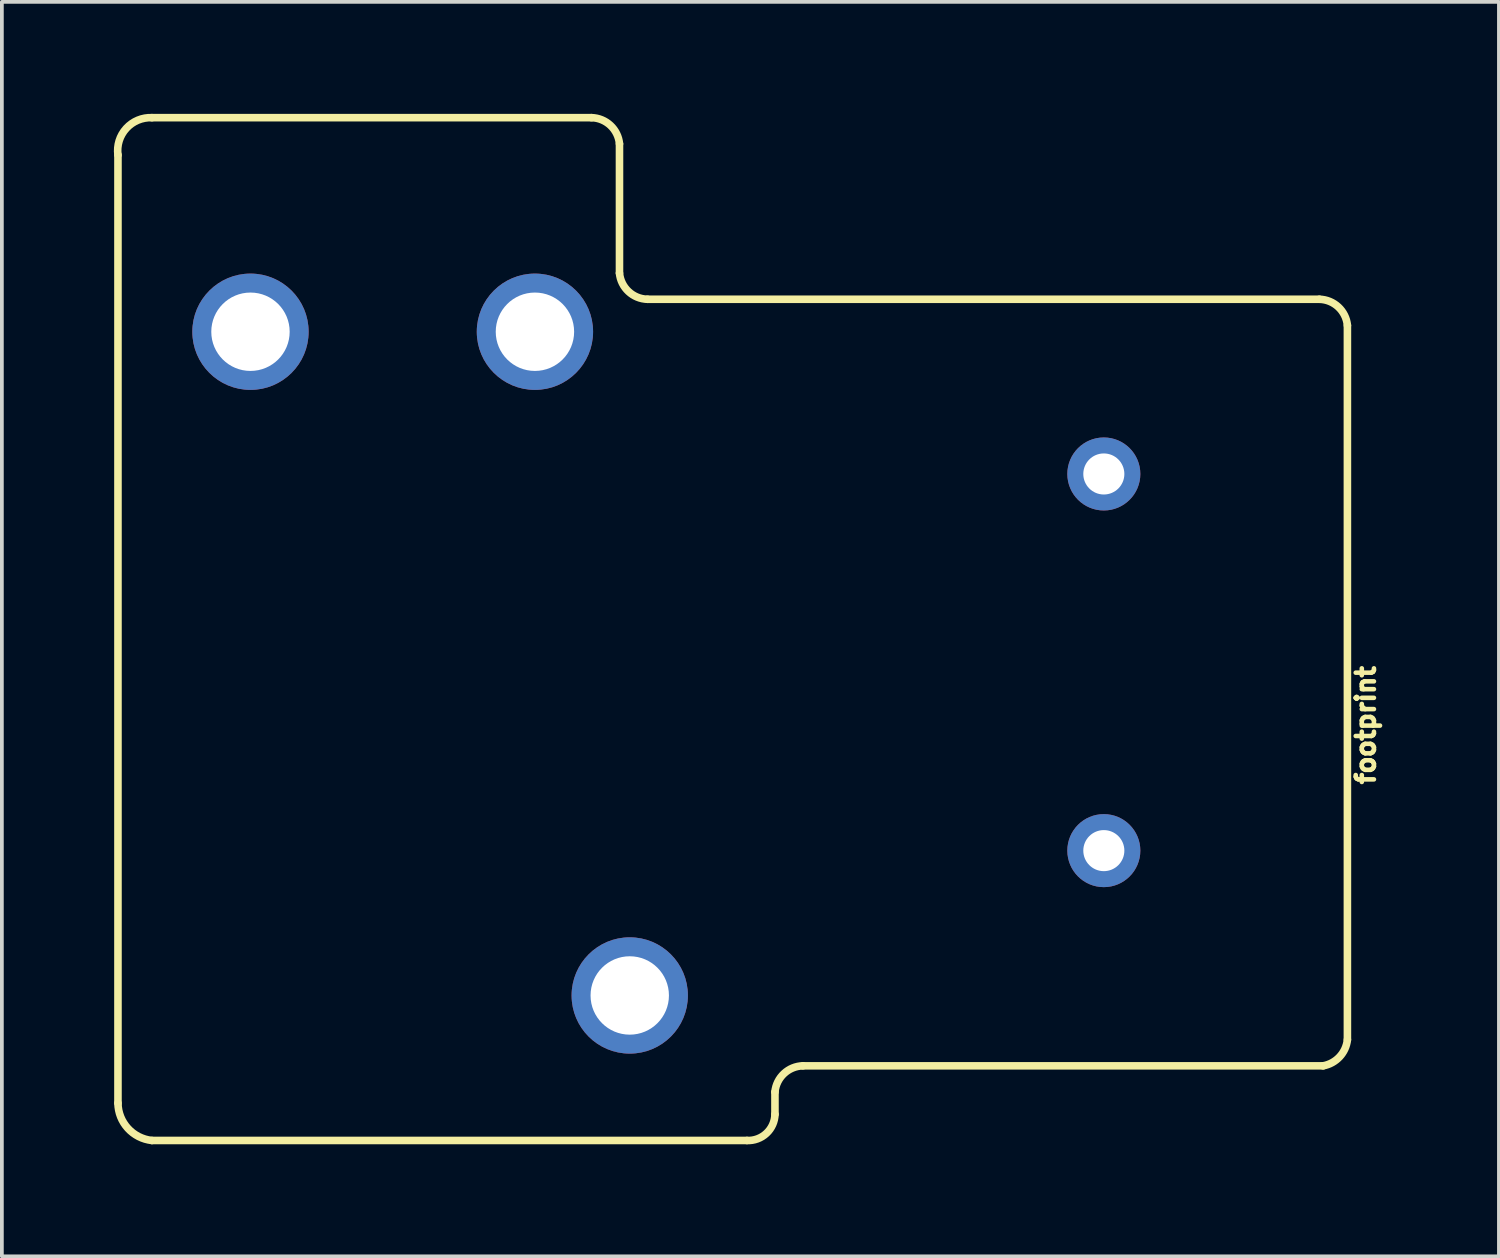
<source format=kicad_pcb>
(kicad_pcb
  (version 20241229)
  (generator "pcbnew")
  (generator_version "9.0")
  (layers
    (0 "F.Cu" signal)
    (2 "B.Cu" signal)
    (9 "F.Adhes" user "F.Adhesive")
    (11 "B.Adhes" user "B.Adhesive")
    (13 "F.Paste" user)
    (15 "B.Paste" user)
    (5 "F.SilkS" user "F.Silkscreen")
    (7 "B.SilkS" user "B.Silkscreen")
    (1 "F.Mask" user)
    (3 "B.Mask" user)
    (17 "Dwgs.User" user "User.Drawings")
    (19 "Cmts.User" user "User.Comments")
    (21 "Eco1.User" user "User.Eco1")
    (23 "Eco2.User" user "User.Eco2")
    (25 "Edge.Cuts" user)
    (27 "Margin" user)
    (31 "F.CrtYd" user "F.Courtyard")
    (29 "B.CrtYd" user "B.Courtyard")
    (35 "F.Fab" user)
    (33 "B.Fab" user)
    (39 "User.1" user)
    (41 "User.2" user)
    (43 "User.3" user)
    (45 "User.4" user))
  (footprint "footprint"
    (layer "F.Cu")
    (at 26.52 5.837)
    (property "Reference" "footprint" (at 6.731 8.89 90) (layer "F.SilkS") (effects (font (size 0.488 0.488) (thickness 0.122)) (justify right top)))
    (fp_line (start -26.41 20.665) (end -26.41 -4.735) (stroke (width 0.203) (type solid)) (layer "F.SilkS"))
    (fp_line (start -25.5 -5.735) (end -13.725 -5.735) (stroke (width 0.203) (type solid)) (layer "F.SilkS"))
    (fp_line (start -12.975 -1.57) (end -12.975 -5.035) (stroke (width 0.203) (type solid)) (layer "F.SilkS"))
    (fp_line (start -12.225 -0.87) (end 5.775 -0.87) (stroke (width 0.203) (type solid)) (layer "F.SilkS"))
    (fp_line (start -9.56 21.665) (end -25.5 21.665) (stroke (width 0.203) (type solid)) (layer "F.SilkS"))
    (fp_line (start -8.81 20.965) (end -8.81 20.365) (stroke (width 0.203) (type solid)) (layer "F.SilkS"))
    (fp_line (start -8.06 19.665) (end 5.875 19.665) (stroke (width 0.203) (type solid)) (layer "F.SilkS"))
    (fp_line (start 6.525 18.965) (end 6.525 -0.17) (stroke (width 0.203) (type solid)) (layer "F.SilkS"))
    (fp_arc (start -26.41 -4.734999) (mid -26.188154 -5.447169) (end -25.5 -5.735) (stroke (width 0.2032) (type solid)) (layer "F.SilkS"))
    (fp_arc (start -25.5 21.665) (mid -26.145125 21.338013) (end -26.41 20.664998) (stroke (width 0.2032) (type solid)) (layer "F.SilkS"))
    (fp_arc (start -13.725 -5.735) (mid -13.216936 -5.527569) (end -12.975 -5.035) (stroke (width 0.2032) (type solid)) (layer "F.SilkS"))
    (fp_arc (start -12.225 -0.87) (mid -12.733063 -1.077432) (end -12.974998 -1.57) (stroke (width 0.2032) (type solid)) (layer "F.SilkS"))
    (fp_arc (start -8.81 20.365) (mid -8.568064 19.872431) (end -8.06 19.664998) (stroke (width 0.2032) (type solid)) (layer "F.SilkS"))
    (fp_arc (start -8.81 20.965) (mid -9.0375 21.473034) (end -9.559999 21.664999) (stroke (width 0.2032) (type solid)) (layer "F.SilkS"))
    (fp_arc (start 5.775 -0.87) (mid 6.283064 -0.662568) (end 6.524999 -0.169999) (stroke (width 0.2032) (type solid)) (layer "F.SilkS"))
    (fp_arc (start 6.525 18.965) (mid 6.316659 19.423327) (end 5.874999 19.664999) (stroke (width 0.2032) (type solid)) (layer "F.SilkS"))
    (pad "COIL1" thru_hole circle (at 0 13.9 90) (size 1.956 1.956) (drill 1.1) (layers "*.Cu" "*.Mask"))
    (pad "COIL2" thru_hole circle (at 0 3.81 90) (size 1.956 1.956) (drill 1.1) (layers "*.Cu" "*.Mask"))
    (pad "MAIN" thru_hole circle (at -12.7 17.78 90) (size 3.116 3.116) (drill 2.1) (layers "*.Cu" "*.Mask"))
    (pad "NC" thru_hole circle (at -22.86 0 90) (size 3.116 3.116) (drill 2.1) (layers "*.Cu" "*.Mask"))
    (pad "NO" thru_hole circle (at -15.24 0 90) (size 3.116 3.116) (drill 2.1) (layers "*.Cu" "*.Mask")))
  (gr_rect
    (start -3 -3)
    (end 37.104 30.605)
    (stroke (width 0.1) (type default))
    (fill no)
    (layer "Edge.Cuts")))
</source>
